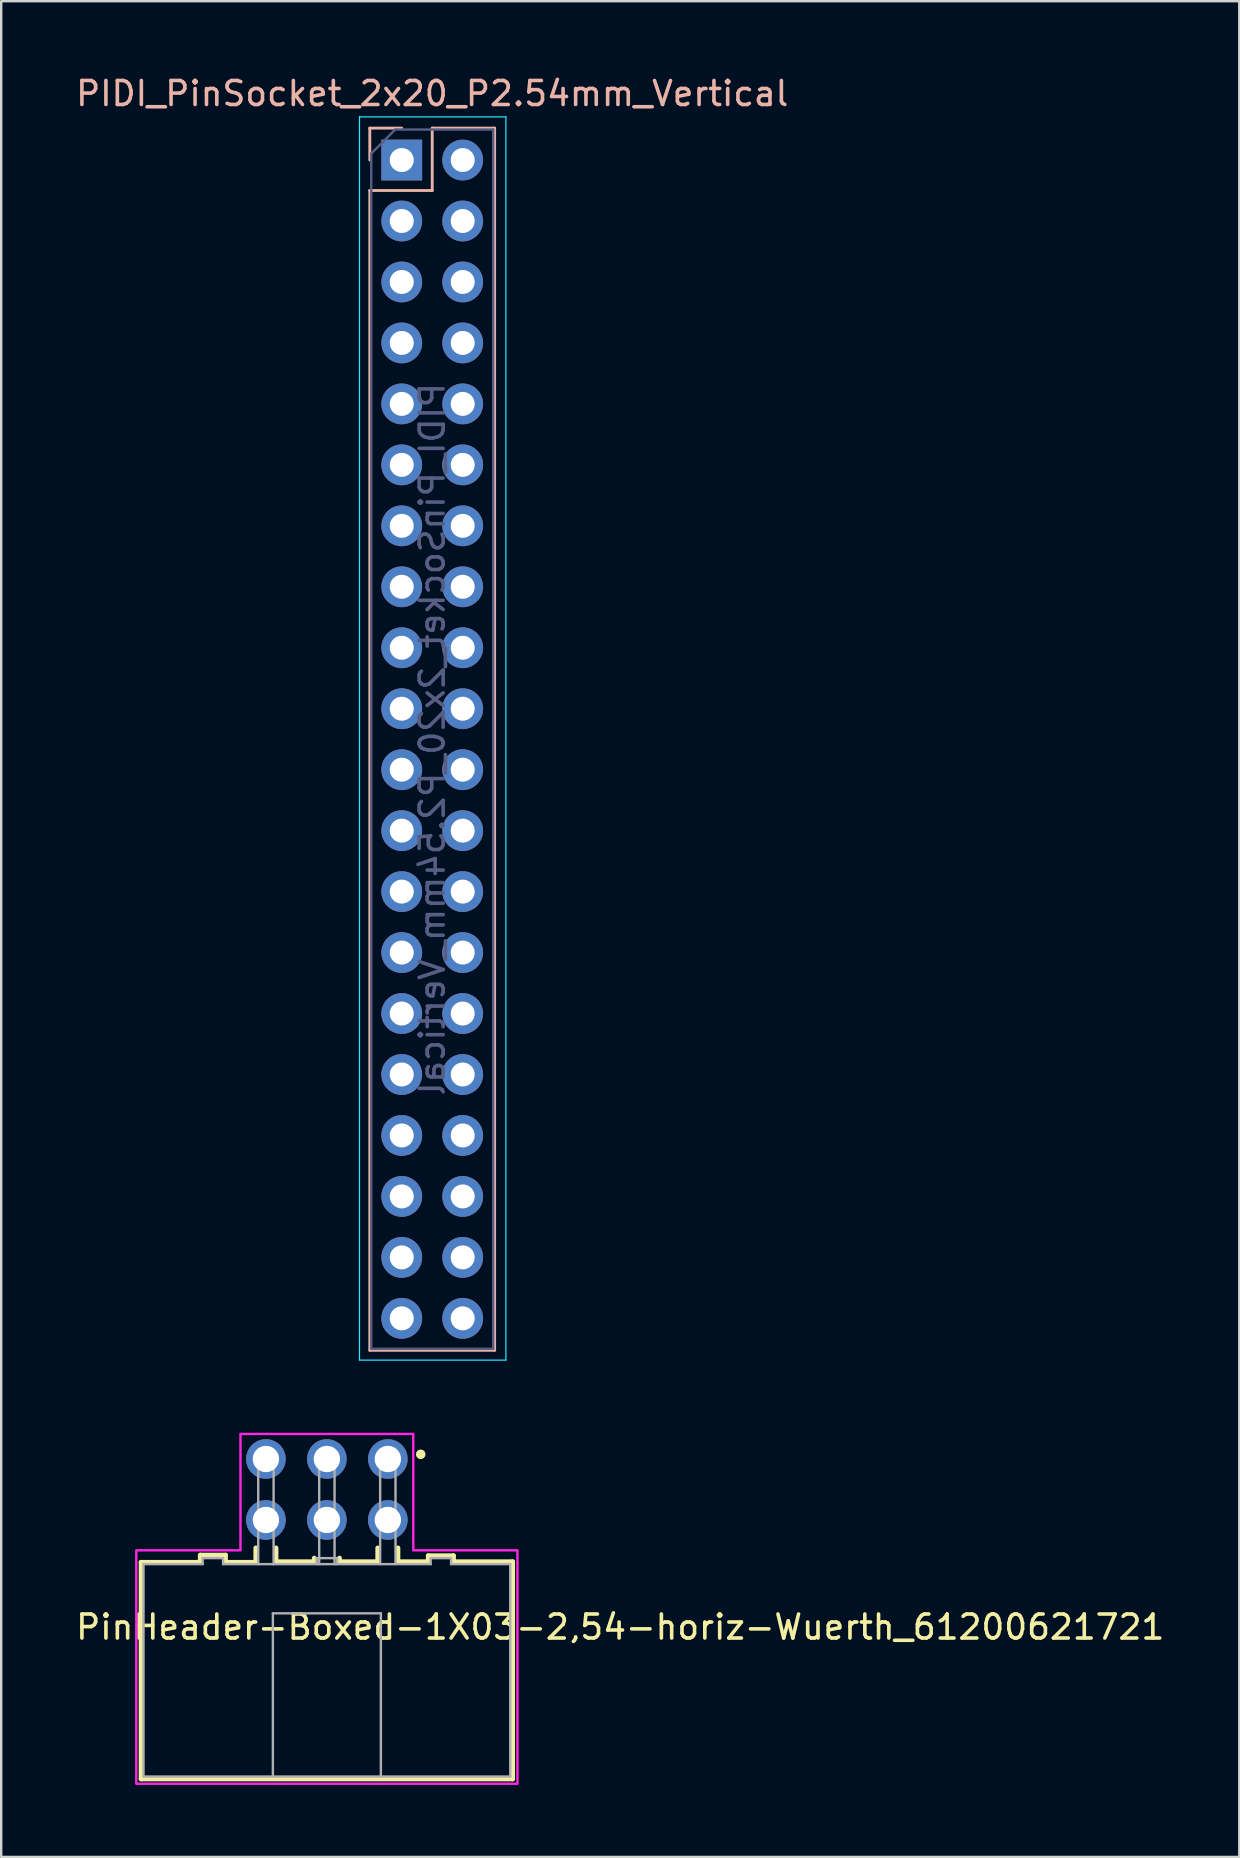
<source format=kicad_pcb>
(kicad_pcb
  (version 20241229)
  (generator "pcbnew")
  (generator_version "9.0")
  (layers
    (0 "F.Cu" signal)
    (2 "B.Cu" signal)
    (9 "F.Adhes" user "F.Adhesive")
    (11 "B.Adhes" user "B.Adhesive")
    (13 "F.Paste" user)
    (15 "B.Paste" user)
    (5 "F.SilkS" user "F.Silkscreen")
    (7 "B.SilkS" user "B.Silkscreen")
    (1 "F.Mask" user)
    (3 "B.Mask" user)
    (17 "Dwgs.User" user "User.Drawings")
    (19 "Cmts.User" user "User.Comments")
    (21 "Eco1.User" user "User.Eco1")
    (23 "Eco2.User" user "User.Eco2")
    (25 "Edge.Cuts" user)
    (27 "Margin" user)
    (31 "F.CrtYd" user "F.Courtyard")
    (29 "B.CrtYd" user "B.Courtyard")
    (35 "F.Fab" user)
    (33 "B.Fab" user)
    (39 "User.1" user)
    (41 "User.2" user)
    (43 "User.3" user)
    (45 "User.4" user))
  (footprint "PinHeader-Boxed-1X03-2,54-horiz-Wuerth_61200621721"
    (layer "F.Cu")
    (at 10.569 66.543)
    (property "Reference" "PinHeader-Boxed-1X03-2,54-horiz-Wuerth_61200621721" (at 12.223 -1.802 0) (layer "F.SilkS") (effects (font (size 1 1) (thickness 0.15))))
    (attr through_hole)
    (fp_line (start -7.74 -4.5) (end -7.74 4.525) (stroke (width 0.2) (type solid)) (layer "F.SilkS"))
    (fp_line (start -7.74 4.525) (end 7.74 4.525) (stroke (width 0.2) (type solid)) (layer "F.SilkS"))
    (fp_line (start -5.275 -4.8) (end -4.225 -4.8) (stroke (width 0.2) (type solid)) (layer "F.SilkS"))
    (fp_line (start -5.275 -4.5) (end -7.74 -4.5) (stroke (width 0.2) (type solid)) (layer "F.SilkS"))
    (fp_line (start -5.275 -4.5) (end -5.275 -4.8) (stroke (width 0.2) (type solid)) (layer "F.SilkS"))
    (fp_line (start -4.225 -4.8) (end -4.225 -4.5) (stroke (width 0.2) (type solid)) (layer "F.SilkS"))
    (fp_line (start -4.225 -4.5) (end -2.96 -4.5) (stroke (width 0.2) (type solid)) (layer "F.SilkS"))
    (fp_line (start -2.96 -4.5) (end -2.96 -5.1) (stroke (width 0.2) (type solid)) (layer "F.SilkS"))
    (fp_line (start -2.12 -5.1) (end -2.12 -4.525) (stroke (width 0.2) (type solid)) (layer "F.SilkS"))
    (fp_line (start -2.12 -4.525) (end -0.525 -4.525) (stroke (width 0.2) (type solid)) (layer "F.SilkS"))
    (fp_line (start -0.525 -4.525) (end -0.525 -4.675) (stroke (width 0.2) (type solid)) (layer "F.SilkS"))
    (fp_line (start 0.525 -4.675) (end 0.525 -4.525) (stroke (width 0.2) (type solid)) (layer "F.SilkS"))
    (fp_line (start 0.525 -4.525) (end 2.1 -4.525) (stroke (width 0.2) (type solid)) (layer "F.SilkS"))
    (fp_line (start 2.12 -4.525) (end 2.12 -5.1) (stroke (width 0.2) (type solid)) (layer "F.SilkS"))
    (fp_line (start 2.96 -4.525) (end 2.96 -5.1) (stroke (width 0.2) (type solid)) (layer "F.SilkS"))
    (fp_line (start 4.225 -4.775) (end 4.225 -4.525) (stroke (width 0.2) (type solid)) (layer "F.SilkS"))
    (fp_line (start 4.225 -4.525) (end 2.96 -4.525) (stroke (width 0.2) (type solid)) (layer "F.SilkS"))
    (fp_line (start 5.275 -4.775) (end 4.225 -4.775) (stroke (width 0.2) (type solid)) (layer "F.SilkS"))
    (fp_line (start 5.275 -4.525) (end 5.275 -4.775) (stroke (width 0.2) (type solid)) (layer "F.SilkS"))
    (fp_line (start 7.74 -4.525) (end 5.275 -4.525) (stroke (width 0.2) (type solid)) (layer "F.SilkS"))
    (fp_line (start 7.74 4.525) (end 7.74 -4.525) (stroke (width 0.2) (type solid)) (layer "F.SilkS"))
    (fp_circle (center 3.91 -9) (end 4.01 -9) (stroke (width 0.2) (type solid)) (fill no) (layer "F.SilkS"))
    (fp_poly (pts (xy 3.6 -9.85) (xy 3.6 -5) (xy 7.94 -5) (xy 7.94 4.725) (xy -7.94 4.725) (xy -7.94 -5) (xy -3.6 -5) (xy -3.6 -9.85)) (stroke (width 0.1) (type solid)) (fill no) (layer "F.CrtYd"))
    (fp_line (start -7.64 -4.425) (end -5.175 -4.425) (stroke (width 0.1) (type solid)) (layer "F.Fab"))
    (fp_line (start -7.64 4.425) (end -7.64 -4.425) (stroke (width 0.1) (type solid)) (layer "F.Fab"))
    (fp_line (start -5.175 -4.675) (end -4.325 -4.675) (stroke (width 0.1) (type solid)) (layer "F.Fab"))
    (fp_line (start -5.175 -4.425) (end -5.175 -4.675) (stroke (width 0.1) (type solid)) (layer "F.Fab"))
    (fp_line (start -4.325 -4.675) (end -4.325 -4.425) (stroke (width 0.1) (type solid)) (layer "F.Fab"))
    (fp_line (start -4.325 -4.425) (end -2.86 -4.425) (stroke (width 0.1) (type solid)) (layer "F.Fab"))
    (fp_line (start -2.86 -9.125) (end -2.86 -4.425) (stroke (width 0.1) (type solid)) (layer "F.Fab"))
    (fp_line (start -2.86 -9.125) (end -2.22 -9.125) (stroke (width 0.1) (type solid)) (layer "F.Fab"))
    (fp_line (start -2.86 -4.425) (end -2.22 -4.425) (stroke (width 0.1) (type solid)) (layer "F.Fab"))
    (fp_line (start -2.25 -2.375) (end 2.25 -2.375) (stroke (width 0.1) (type solid)) (layer "F.Fab"))
    (fp_line (start -2.25 4.4) (end -2.25 -2.375) (stroke (width 0.1) (type solid)) (layer "F.Fab"))
    (fp_line (start -2.22 -9.125) (end -2.22 -4.425) (stroke (width 0.1) (type solid)) (layer "F.Fab"))
    (fp_line (start -2.22 -4.425) (end 4.325 -4.425) (stroke (width 0.1) (type solid)) (layer "F.Fab"))
    (fp_line (start -0.425 -4.675) (end 0.425 -4.675) (stroke (width 0.1) (type solid)) (layer "F.Fab"))
    (fp_line (start -0.425 -4.425) (end -0.425 -4.675) (stroke (width 0.1) (type solid)) (layer "F.Fab"))
    (fp_line (start -0.32 -9.125) (end -0.32 -4.425) (stroke (width 0.1) (type solid)) (layer "F.Fab"))
    (fp_line (start -0.32 -9.125) (end 0.32 -9.125) (stroke (width 0.1) (type solid)) (layer "F.Fab"))
    (fp_line (start 0.32 -9.125) (end 0.32 -4.425) (stroke (width 0.1) (type solid)) (layer "F.Fab"))
    (fp_line (start 0.425 -4.675) (end 0.425 -4.425) (stroke (width 0.1) (type solid)) (layer "F.Fab"))
    (fp_line (start 2.22 -9.125) (end 2.22 -4.425) (stroke (width 0.1) (type solid)) (layer "F.Fab"))
    (fp_line (start 2.22 -9.125) (end 2.86 -9.125) (stroke (width 0.1) (type solid)) (layer "F.Fab"))
    (fp_line (start 2.25 -2.375) (end 2.25 4.4) (stroke (width 0.1) (type solid)) (layer "F.Fab"))
    (fp_line (start 2.86 -9.125) (end 2.86 -4.425) (stroke (width 0.1) (type solid)) (layer "F.Fab"))
    (fp_line (start 4.325 -4.675) (end 5.175 -4.675) (stroke (width 0.1) (type solid)) (layer "F.Fab"))
    (fp_line (start 4.325 -4.425) (end 4.325 -4.675) (stroke (width 0.1) (type solid)) (layer "F.Fab"))
    (fp_line (start 5.175 -4.675) (end 5.175 -4.425) (stroke (width 0.1) (type solid)) (layer "F.Fab"))
    (fp_line (start 5.175 -4.425) (end 7.64 -4.425) (stroke (width 0.1) (type solid)) (layer "F.Fab"))
    (fp_line (start 7.64 -4.425) (end 7.64 4.425) (stroke (width 0.1) (type solid)) (layer "F.Fab"))
    (fp_line (start 7.64 4.425) (end -7.64 4.425) (stroke (width 0.1) (type solid)) (layer "F.Fab"))
    (pad "1" thru_hole circle (at 2.54 -8.805) (size 1.65 1.65) (drill 1.1) (layers "*.Cu" "*.Mask"))
    (pad "2" thru_hole circle (at 2.54 -6.265) (size 1.65 1.65) (drill 1.1) (layers "*.Cu" "*.Mask"))
    (pad "3" thru_hole circle (at 0 -8.805) (size 1.65 1.65) (drill 1.1) (layers "*.Cu" "*.Mask"))
    (pad "4" thru_hole circle (at 0 -6.265) (size 1.65 1.65) (drill 1.1) (layers "*.Cu" "*.Mask"))
    (pad "5" thru_hole circle (at -2.54 -8.805) (size 1.65 1.65) (drill 1.1) (layers "*.Cu" "*.Mask"))
    (pad "6" thru_hole circle (at -2.54 -6.265) (size 1.65 1.65) (drill 1.1) (layers "*.Cu" "*.Mask")))
  (footprint "PIDI_PinSocket_2x20_P2.54mm_Vertical"
    (layer "F.Cu")
    (at 13.688 3.618)
    (property "Reference" "PIDI_PinSocket_2x20_P2.54mm_Vertical" (at 1.27 -2.77 0) (layer "B.SilkS") (effects (font (size 1 1) (thickness 0.15))))
    (attr through_hole)
    (fp_line (start -1.33 -1.33) (end -1.33 0) (stroke (width 0.12) (type solid)) (layer "B.SilkS"))
    (fp_line (start -1.33 1.27) (end -1.33 49.59) (stroke (width 0.12) (type solid)) (layer "B.SilkS"))
    (fp_line (start 0 -1.33) (end -1.33 -1.33) (stroke (width 0.12) (type solid)) (layer "B.SilkS"))
    (fp_line (start 1.27 -1.33) (end 1.27 1.27) (stroke (width 0.12) (type solid)) (layer "B.SilkS"))
    (fp_line (start 1.27 1.27) (end -1.33 1.27) (stroke (width 0.12) (type solid)) (layer "B.SilkS"))
    (fp_line (start 3.87 -1.33) (end 1.27 -1.33) (stroke (width 0.12) (type solid)) (layer "B.SilkS"))
    (fp_line (start 3.87 -1.33) (end 3.87 49.59) (stroke (width 0.12) (type solid)) (layer "B.SilkS"))
    (fp_line (start 3.87 49.59) (end -1.33 49.59) (stroke (width 0.12) (type solid)) (layer "B.SilkS"))
    (fp_line (start -1.76 -1.8) (end -1.76 50) (stroke (width 0.05) (type solid)) (layer "B.CrtYd"))
    (fp_line (start -1.76 50) (end 4.34 50) (stroke (width 0.05) (type solid)) (layer "B.CrtYd"))
    (fp_line (start 4.34 -1.8) (end -1.76 -1.8) (stroke (width 0.05) (type solid)) (layer "B.CrtYd"))
    (fp_line (start 4.34 50) (end 4.34 -1.8) (stroke (width 0.05) (type solid)) (layer "B.CrtYd"))
    (fp_line (start -1.27 -0.27) (end -1.27 49.53) (stroke (width 0.1) (type solid)) (layer "B.Fab"))
    (fp_line (start -1.27 49.53) (end 3.81 49.53) (stroke (width 0.1) (type solid)) (layer "B.Fab"))
    (fp_line (start -0.27 -1.27) (end -1.27 -0.27) (stroke (width 0.1) (type solid)) (layer "B.Fab"))
    (fp_line (start 3.81 -1.27) (end -0.27 -1.27) (stroke (width 0.1) (type solid)) (layer "B.Fab"))
    (fp_line (start 3.81 49.53) (end 3.81 -1.27) (stroke (width 0.1) (type solid)) (layer "B.Fab"))
    (fp_text user "${REFERENCE}" (at 1.27 24.13 270) (layer "B.Fab") (effects (font (size 1 1) (thickness 0.15)) (justify mirror)))
    (pad "1" thru_hole rect (at 0 0) (size 1.7 1.7) (drill 1) (layers "*.Cu" "*.Mask"))
    (pad "2" thru_hole circle (at 2.54 0) (size 1.7 1.7) (drill 1) (layers "*.Cu" "*.Mask"))
    (pad "3" thru_hole circle (at 0 2.54) (size 1.7 1.7) (drill 1) (layers "*.Cu" "*.Mask"))
    (pad "4" thru_hole circle (at 2.54 2.54) (size 1.7 1.7) (drill 1) (layers "*.Cu" "*.Mask"))
    (pad "5" thru_hole circle (at 0 5.08) (size 1.7 1.7) (drill 1) (layers "*.Cu" "*.Mask"))
    (pad "6" thru_hole circle (at 2.54 5.08) (size 1.7 1.7) (drill 1) (layers "*.Cu" "*.Mask"))
    (pad "7" thru_hole circle (at 0 7.62) (size 1.7 1.7) (drill 1) (layers "*.Cu" "*.Mask"))
    (pad "8" thru_hole circle (at 2.54 7.62) (size 1.7 1.7) (drill 1) (layers "*.Cu" "*.Mask"))
    (pad "9" thru_hole circle (at 0 10.16) (size 1.7 1.7) (drill 1) (layers "*.Cu" "*.Mask"))
    (pad "10" thru_hole circle (at 2.54 10.16) (size 1.7 1.7) (drill 1) (layers "*.Cu" "*.Mask"))
    (pad "11" thru_hole circle (at 0 12.7) (size 1.7 1.7) (drill 1) (layers "*.Cu" "*.Mask"))
    (pad "12" thru_hole circle (at 2.54 12.7) (size 1.7 1.7) (drill 1) (layers "*.Cu" "*.Mask"))
    (pad "13" thru_hole circle (at 0 15.24) (size 1.7 1.7) (drill 1) (layers "*.Cu" "*.Mask"))
    (pad "14" thru_hole circle (at 2.54 15.24) (size 1.7 1.7) (drill 1) (layers "*.Cu" "*.Mask"))
    (pad "15" thru_hole circle (at 0 17.78) (size 1.7 1.7) (drill 1) (layers "*.Cu" "*.Mask"))
    (pad "16" thru_hole circle (at 2.54 17.78) (size 1.7 1.7) (drill 1) (layers "*.Cu" "*.Mask"))
    (pad "17" thru_hole circle (at 0 20.32) (size 1.7 1.7) (drill 1) (layers "*.Cu" "*.Mask"))
    (pad "18" thru_hole circle (at 2.54 20.32) (size 1.7 1.7) (drill 1) (layers "*.Cu" "*.Mask"))
    (pad "19" thru_hole circle (at 0 22.86) (size 1.7 1.7) (drill 1) (layers "*.Cu" "*.Mask"))
    (pad "20" thru_hole circle (at 2.54 22.86) (size 1.7 1.7) (drill 1) (layers "*.Cu" "*.Mask"))
    (pad "21" thru_hole circle (at 0 25.4) (size 1.7 1.7) (drill 1) (layers "*.Cu" "*.Mask"))
    (pad "22" thru_hole circle (at 2.54 25.4) (size 1.7 1.7) (drill 1) (layers "*.Cu" "*.Mask"))
    (pad "23" thru_hole circle (at 0 27.94) (size 1.7 1.7) (drill 1) (layers "*.Cu" "*.Mask"))
    (pad "24" thru_hole circle (at 2.54 27.94) (size 1.7 1.7) (drill 1) (layers "*.Cu" "*.Mask"))
    (pad "25" thru_hole circle (at 0 30.48) (size 1.7 1.7) (drill 1) (layers "*.Cu" "*.Mask"))
    (pad "26" thru_hole circle (at 2.54 30.48) (size 1.7 1.7) (drill 1) (layers "*.Cu" "*.Mask"))
    (pad "27" thru_hole circle (at 0 33.02) (size 1.7 1.7) (drill 1) (layers "*.Cu" "*.Mask"))
    (pad "28" thru_hole circle (at 2.54 33.02) (size 1.7 1.7) (drill 1) (layers "*.Cu" "*.Mask"))
    (pad "29" thru_hole circle (at 0 35.56) (size 1.7 1.7) (drill 1) (layers "*.Cu" "*.Mask"))
    (pad "30" thru_hole circle (at 2.54 35.56) (size 1.7 1.7) (drill 1) (layers "*.Cu" "*.Mask"))
    (pad "31" thru_hole circle (at 0 38.1) (size 1.7 1.7) (drill 1) (layers "*.Cu" "*.Mask"))
    (pad "32" thru_hole circle (at 2.54 38.1) (size 1.7 1.7) (drill 1) (layers "*.Cu" "*.Mask"))
    (pad "33" thru_hole circle (at 0 40.64) (size 1.7 1.7) (drill 1) (layers "*.Cu" "*.Mask"))
    (pad "34" thru_hole circle (at 2.54 40.64) (size 1.7 1.7) (drill 1) (layers "*.Cu" "*.Mask"))
    (pad "35" thru_hole circle (at 0 43.18) (size 1.7 1.7) (drill 1) (layers "*.Cu" "*.Mask"))
    (pad "36" thru_hole circle (at 2.54 43.18) (size 1.7 1.7) (drill 1) (layers "*.Cu" "*.Mask"))
    (pad "37" thru_hole circle (at 0 45.72) (size 1.7 1.7) (drill 1) (layers "*.Cu" "*.Mask"))
    (pad "38" thru_hole circle (at 2.54 45.72) (size 1.7 1.7) (drill 1) (layers "*.Cu" "*.Mask"))
    (pad "39" thru_hole circle (at 0 48.26) (size 1.7 1.7) (drill 1) (layers "*.Cu" "*.Mask"))
    (pad "40" thru_hole circle (at 2.54 48.26) (size 1.7 1.7) (drill 1) (layers "*.Cu" "*.Mask")))
  (gr_rect
    (start -3 -3)
    (end 48.583 74.318)
    (stroke (width 0.1) (type default))
    (fill no)
    (layer "Edge.Cuts")))
</source>
